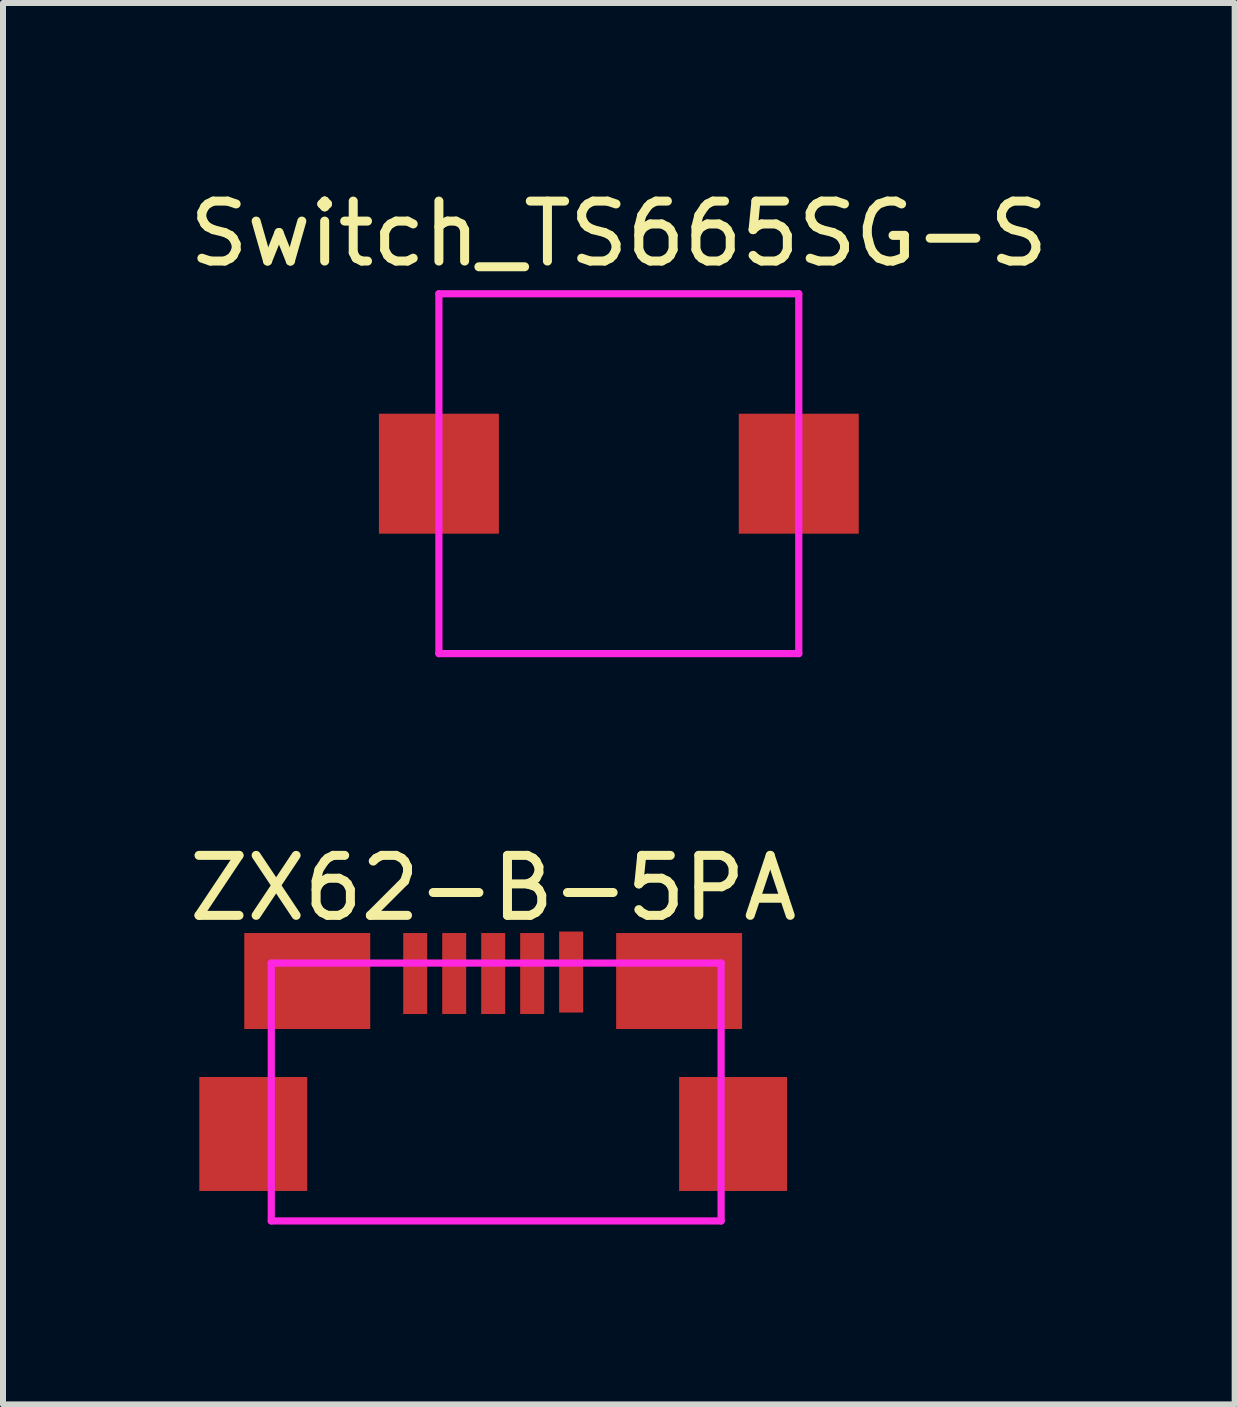
<source format=kicad_pcb>
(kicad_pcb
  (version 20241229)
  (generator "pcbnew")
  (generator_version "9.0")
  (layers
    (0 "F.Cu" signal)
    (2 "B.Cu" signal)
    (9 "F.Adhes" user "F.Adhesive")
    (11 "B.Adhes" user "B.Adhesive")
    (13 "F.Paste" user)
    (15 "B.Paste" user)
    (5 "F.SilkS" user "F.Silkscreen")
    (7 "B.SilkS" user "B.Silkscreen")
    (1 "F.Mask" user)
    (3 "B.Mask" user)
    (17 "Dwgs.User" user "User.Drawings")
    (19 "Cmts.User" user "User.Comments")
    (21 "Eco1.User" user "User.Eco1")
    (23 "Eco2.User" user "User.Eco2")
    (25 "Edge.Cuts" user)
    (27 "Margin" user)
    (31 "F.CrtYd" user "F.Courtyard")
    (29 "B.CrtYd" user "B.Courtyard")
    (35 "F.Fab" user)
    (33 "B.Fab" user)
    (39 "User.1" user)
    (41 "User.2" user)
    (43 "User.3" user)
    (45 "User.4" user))
  (footprint "ZX62-B-5PA"
    (layer "F.Cu")
    (at 5.173 15.857)
    (property "Reference" "ZX62-B-5PA" (at 0 -4.1 0) (layer "F.SilkS") (effects (font (size 1 1) (thickness 0.15))))
    (attr through_hole)
    (fp_line (start -3.7 -2.85) (end 3.8 -2.85) (stroke (width 0.12) (type solid)) (layer "F.CrtYd"))
    (fp_line (start -3.7 1.45) (end -3.7 -2.85) (stroke (width 0.12) (type solid)) (layer "F.CrtYd"))
    (fp_line (start 3.8 -2.85) (end 3.8 1.45) (stroke (width 0.12) (type solid)) (layer "F.CrtYd"))
    (fp_line (start 3.8 1.45) (end -3.7 1.45) (stroke (width 0.12) (type solid)) (layer "F.CrtYd"))
    (pad "1" smd rect (at -1.3 -2.675) (size 0.4 1.35) (layers "F.Cu" "F.Mask" "F.Paste"))
    (pad "2" smd rect (at -0.65 -2.675) (size 0.4 1.35) (layers "F.Cu" "F.Mask" "F.Paste"))
    (pad "3" smd rect (at 0 -2.675) (size 0.4 1.35) (layers "F.Cu" "F.Mask" "F.Paste"))
    (pad "4" smd rect (at 0.65 -2.675) (size 0.4 1.35) (layers "F.Cu" "F.Mask" "F.Paste"))
    (pad "5" smd rect (at 1.3 -2.7) (size 0.4 1.35) (layers "F.Cu" "F.Mask" "F.Paste"))
    (pad "6" smd rect (at -4 0) (size 1.8 1.9) (layers "F.Cu" "F.Mask" "F.Paste"))
    (pad "6" smd rect (at -3.1 -2.55) (size 2.1 1.6) (layers "F.Cu" "F.Mask" "F.Paste"))
    (pad "6" smd rect (at 3.1 -2.55) (size 2.1 1.6) (layers "F.Cu" "F.Mask" "F.Paste"))
    (pad "6" smd rect (at 4 0) (size 1.8 1.9) (layers "F.Cu" "F.Mask" "F.Paste")))
  (footprint "Switch_TS665SG-S"
    (layer "F.Cu")
    (at 7.268 4.848)
    (property "Reference" "Switch_TS665SG-S" (at 0 -4 0) (layer "F.SilkS") (effects (font (size 1 1) (thickness 0.15))))
    (attr through_hole)
    (fp_line (start -3 -3) (end 3 -3) (stroke (width 0.12) (type solid)) (layer "F.CrtYd"))
    (fp_line (start -3 3) (end -3 -3) (stroke (width 0.12) (type solid)) (layer "F.CrtYd"))
    (fp_line (start 3 -3) (end 3 3) (stroke (width 0.12) (type solid)) (layer "F.CrtYd"))
    (fp_line (start 3 3) (end -3 3) (stroke (width 0.12) (type solid)) (layer "F.CrtYd"))
    (pad "1" smd rect (at -3 0) (size 2 2) (layers "F.Cu" "F.Mask" "F.Paste"))
    (pad "2" smd rect (at 3 0) (size 2 2) (layers "F.Cu" "F.Mask" "F.Paste")))
  (gr_rect
    (start -3 -3)
    (end 17.536 20.366)
    (stroke (width 0.1) (type default))
    (fill no)
    (layer "Edge.Cuts")))
</source>
